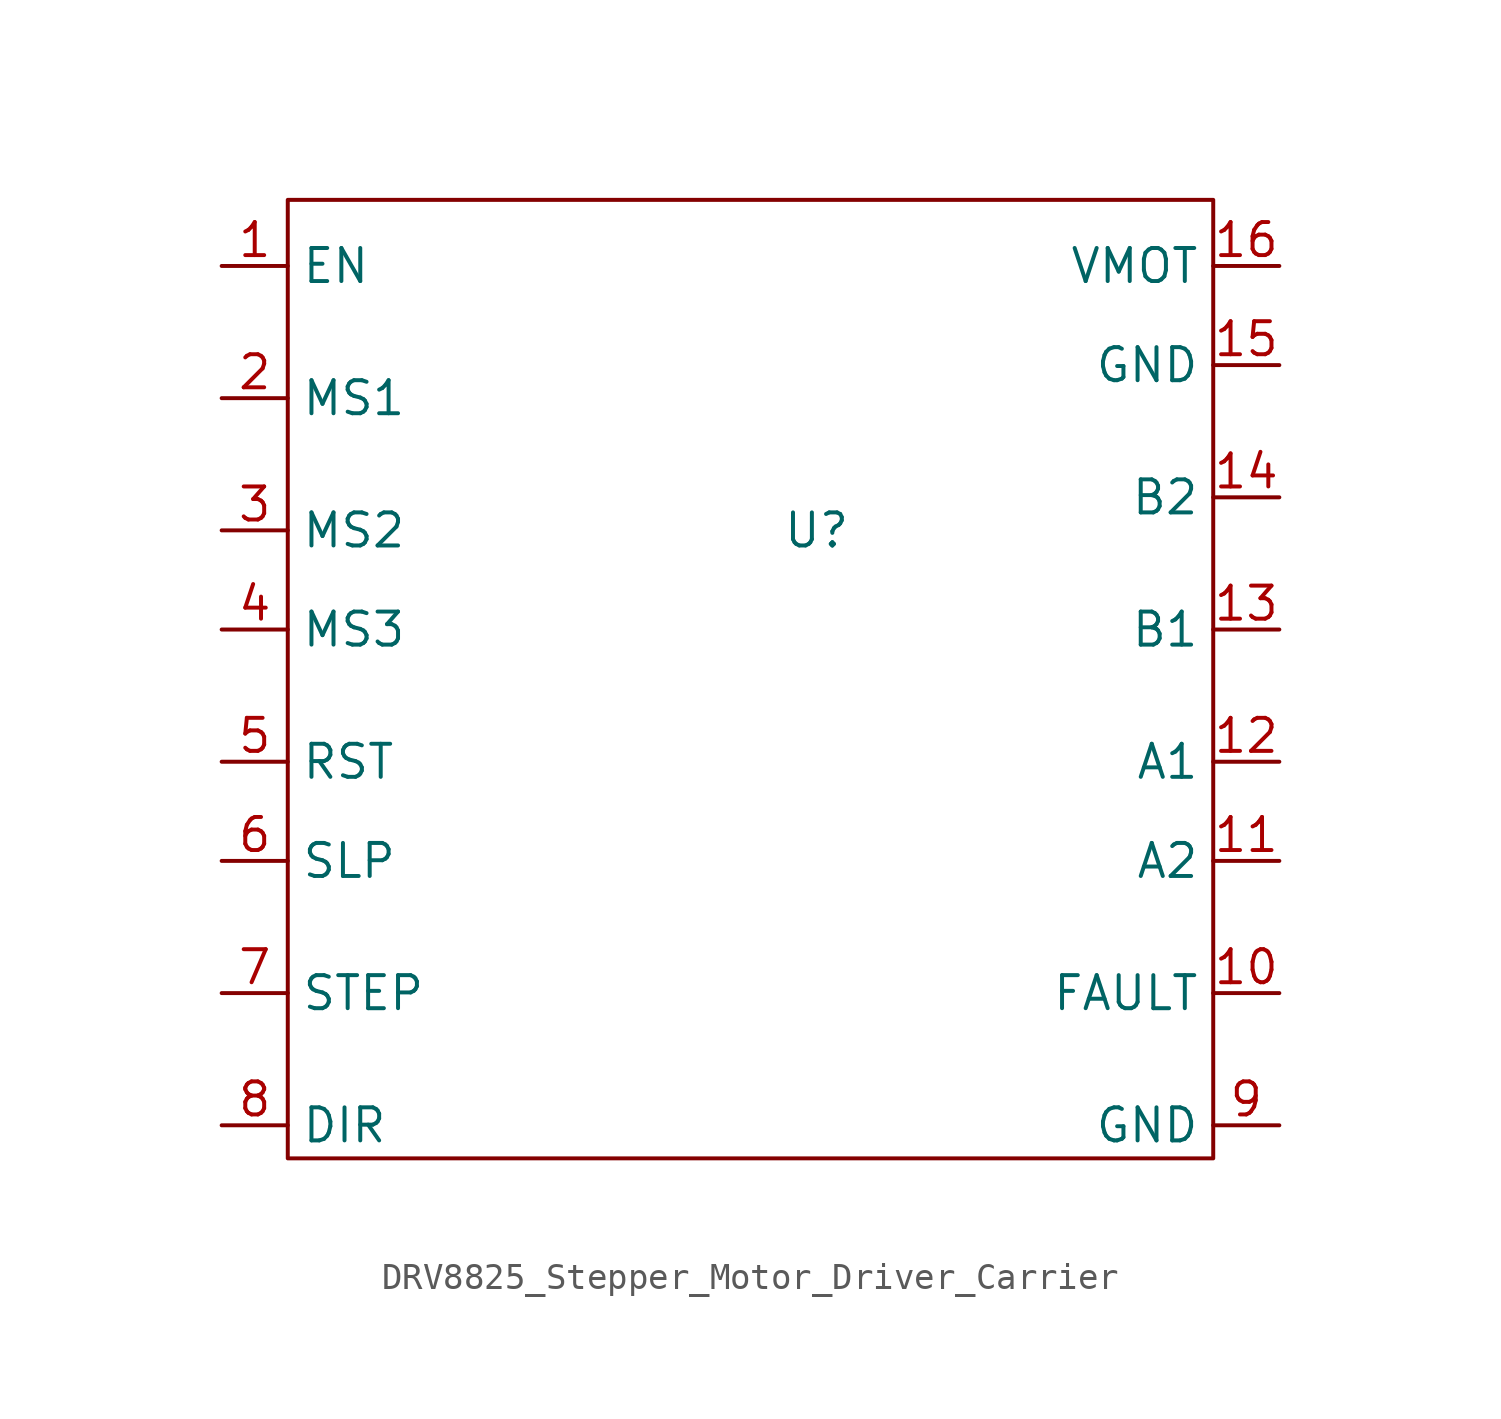
<source format=kicad_sym>
(kicad_symbol_lib
  (version 20220914)
  (generator kicad_symbol_editor)
  (symbol "DRV8825_Stepper_Motor_Driver_Carrier"
    (property "Reference" "U"
      (at 0 0 0)
      (effects (font (size 1.27 1.27))))
    (property "Value" ""
      (at 0 0 0)
      (effects (font (size 1.27 1.27))))
    (symbol "DRV8825_Stepper_Motor_Driver_Carrier_0_1"
      (rectangle (start -20.32 12.7) (end 15.24 -24.13) (stroke (width 0) (type default)) (fill (type none))))
    (symbol "DRV8825_Stepper_Motor_Driver_Carrier_1_1"
      (pin input line (at -22.86 10.16 0) (length 2.54) (name "EN" (effects (font (size 1.27 1.27)))) (number "1" (effects (font (size 1.27 1.27)))))
      (pin input line (at 17.78 -17.78 180) (length 2.54) (name "FAULT" (effects (font (size 1.27 1.27)))) (number "10" (effects (font (size 1.27 1.27)))))
      (pin input line (at 17.78 -12.7 180) (length 2.54) (name "A2" (effects (font (size 1.27 1.27)))) (number "11" (effects (font (size 1.27 1.27)))))
      (pin input line (at 17.78 -8.89 180) (length 2.54) (name "A1" (effects (font (size 1.27 1.27)))) (number "12" (effects (font (size 1.27 1.27)))))
      (pin input line (at 17.78 -3.81 180) (length 2.54) (name "B1" (effects (font (size 1.27 1.27)))) (number "13" (effects (font (size 1.27 1.27)))))
      (pin input line (at 17.78 1.27 180) (length 2.54) (name "B2" (effects (font (size 1.27 1.27)))) (number "14" (effects (font (size 1.27 1.27)))))
      (pin power_in line (at 17.78 6.35 180) (length 2.54) (name "GND" (effects (font (size 1.27 1.27)))) (number "15" (effects (font (size 1.27 1.27)))))
      (pin input line (at 17.78 10.16 180) (length 2.54) (name "VMOT" (effects (font (size 1.27 1.27)))) (number "16" (effects (font (size 1.27 1.27)))))
      (pin input line (at -22.86 5.08 0) (length 2.54) (name "MS1" (effects (font (size 1.27 1.27)))) (number "2" (effects (font (size 1.27 1.27)))))
      (pin input line (at -22.86 0 0) (length 2.54) (name "MS2" (effects (font (size 1.27 1.27)))) (number "3" (effects (font (size 1.27 1.27)))))
      (pin input line (at -22.86 -3.81 0) (length 2.54) (name "MS3" (effects (font (size 1.27 1.27)))) (number "4" (effects (font (size 1.27 1.27)))))
      (pin input line (at -22.86 -8.89 0) (length 2.54) (name "RST" (effects (font (size 1.27 1.27)))) (number "5" (effects (font (size 1.27 1.27)))))
      (pin input line (at -22.86 -12.7 0) (length 2.54) (name "SLP" (effects (font (size 1.27 1.27)))) (number "6" (effects (font (size 1.27 1.27)))))
      (pin input line (at -22.86 -17.78 0) (length 2.54) (name "STEP" (effects (font (size 1.27 1.27)))) (number "7" (effects (font (size 1.27 1.27)))))
      (pin input line (at -22.86 -22.86 0) (length 2.54) (name "DIR" (effects (font (size 1.27 1.27)))) (number "8" (effects (font (size 1.27 1.27)))))
      (pin power_in line (at 17.78 -22.86 180) (length 2.54) (name "GND" (effects (font (size 1.27 1.27)))) (number "9" (effects (font (size 1.27 1.27))))))))
</source>
